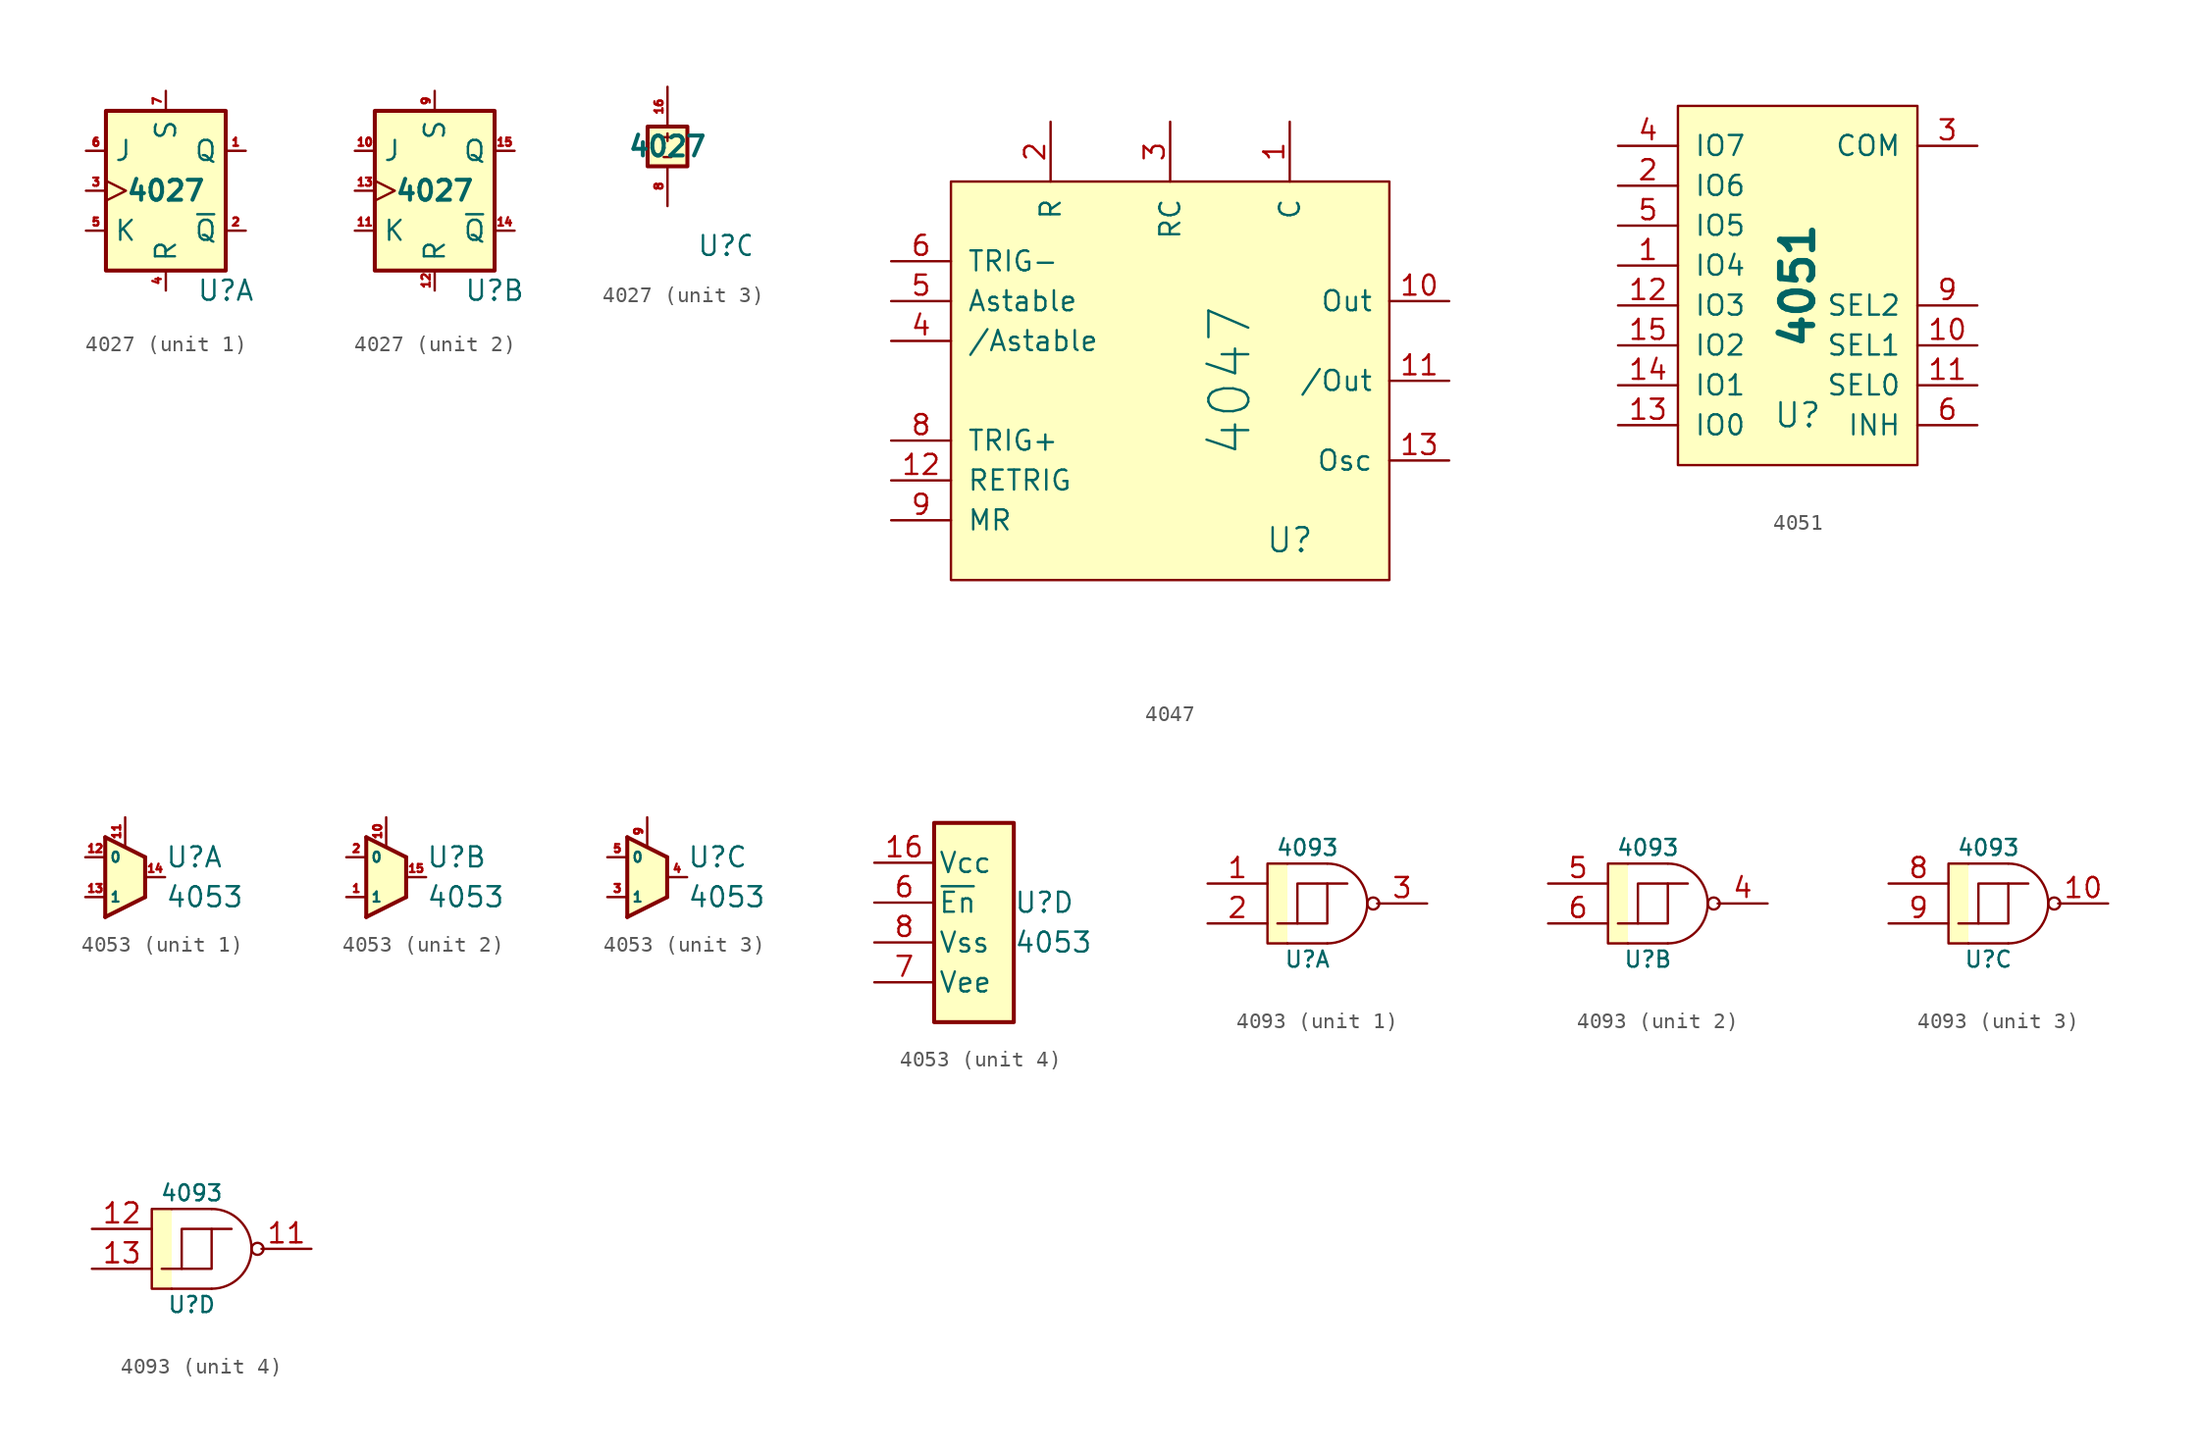
<source format=kicad_sym>
(kicad_symbol_lib
  (version 20231120)
  (generator "kicad_symbol_editor")
  (generator_version "8.0")
  (symbol "4027"
    (property "Reference" "U"
      (at 3.81 -6.35 0)
      (effects (font (size 1.27 1.27))))
    (property "Value" "4027"
      (at 0 0 0)
      (effects (font (size 1.27 1.27) (bold yes))))
    (property "ki_locked" ""
      (at 0 0 0)
      (effects (font (size 1.27 1.27))))
    (symbol "4027_1_0"
      (rectangle (start -3.81 5.08) (end 3.81 -5.08) (stroke (width 0.254) (type default)) (fill (type background))))
    (symbol "4027_1_1"
      (pin passive line (at 5.08 2.54 180) (length 1.27) (name "Q" (effects (font (size 1.27 1.27)))) (number "1" (effects (font (size 0.508 0.508)))))
      (pin passive line (at 5.08 -2.54 180) (length 1.27) (name "~{Q}" (effects (font (size 1.27 1.27)))) (number "2" (effects (font (size 0.508 0.508)))))
      (pin passive clock (at -5.08 0 0) (length 1.27) (name "~" (effects (font (size 1.27 1.27)))) (number "3" (effects (font (size 0.508 0.508)))))
      (pin passive line (at 0 -6.35 90) (length 1.27) (name "R" (effects (font (size 1.27 1.27)))) (number "4" (effects (font (size 0.508 0.508)))))
      (pin passive line (at -5.08 -2.54 0) (length 1.27) (name "K" (effects (font (size 1.27 1.27)))) (number "5" (effects (font (size 0.508 0.508)))))
      (pin passive line (at -5.08 2.54 0) (length 1.27) (name "J" (effects (font (size 1.27 1.27)))) (number "6" (effects (font (size 0.508 0.508)))))
      (pin passive line (at 0 6.35 270) (length 1.27) (name "S" (effects (font (size 1.27 1.27)))) (number "7" (effects (font (size 0.508 0.508))))))
    (symbol "4027_2_0"
      (rectangle (start -3.81 5.08) (end 3.81 -5.08) (stroke (width 0.254) (type default)) (fill (type background))))
    (symbol "4027_2_1"
      (pin passive line (at -5.08 2.54 0) (length 1.27) (name "J" (effects (font (size 1.27 1.27)))) (number "10" (effects (font (size 0.508 0.508)))))
      (pin passive line (at -5.08 -2.54 0) (length 1.27) (name "K" (effects (font (size 1.27 1.27)))) (number "11" (effects (font (size 0.508 0.508)))))
      (pin passive line (at 0 -6.35 90) (length 1.27) (name "R" (effects (font (size 1.27 1.27)))) (number "12" (effects (font (size 0.508 0.508)))))
      (pin passive clock (at -5.08 0 0) (length 1.27) (name "~" (effects (font (size 1.27 1.27)))) (number "13" (effects (font (size 0.508 0.508)))))
      (pin passive line (at 5.08 -2.54 180) (length 1.27) (name "~{Q}" (effects (font (size 1.27 1.27)))) (number "14" (effects (font (size 0.508 0.508)))))
      (pin passive line (at 5.08 2.54 180) (length 1.27) (name "Q" (effects (font (size 1.27 1.27)))) (number "15" (effects (font (size 0.508 0.508)))))
      (pin passive line (at 0 6.35 270) (length 1.27) (name "S" (effects (font (size 1.27 1.27)))) (number "9" (effects (font (size 0.508 0.508))))))
    (symbol "4027_3_0"
      (rectangle (start -1.27 1.27) (end 1.27 -1.27) (stroke (width 0.254) (type default)) (fill (type background)))
      (text "+" (at 0 0.635 0) (effects (font (size 0.635 0.635))))
      (text "-" (at 0 -0.635 0) (effects (font (size 0.635 0.635)))))
    (symbol "4027_3_1"
      (pin passive line (at 0 3.81 270) (length 2.54) (name "" (effects (font (size 1.27 1.27)))) (number "16" (effects (font (size 0.508 0.508)))))
      (pin passive line (at 0 -3.81 90) (length 2.54) (name "" (effects (font (size 1.27 1.27)))) (number "8" (effects (font (size 0.508 0.508)))))))
  (symbol "4047"
    (pin_names
      (offset 1.016))
    (property "Reference" "U"
      (at 7.62 -10.16 0)
      (effects (font (size 1.524 1.524))))
    (property "Value" "4047"
      (at 3.81 0 90)
      (effects (font (size 2.54 2.54))))
    (property "Footprint" ""
      (at 0 0 0)
      (effects (font (size 1.524 1.524))))
    (property "Datasheet" ""
      (at 0 0 0)
      (effects (font (size 1.524 1.524))))
    (symbol "4047_0_1"
      (rectangle (start -13.97 12.7) (end 13.97 -12.7) (stroke (width 0) (type default)) (fill (type background))))
    (symbol "4047_1_1"
      (pin passive line (at 7.62 16.51 270) (length 3.81) (name "C" (effects (font (size 1.27 1.27)))) (number "1" (effects (font (size 1.27 1.27)))))
      (pin passive line (at 17.78 5.08 180) (length 3.81) (name "Out" (effects (font (size 1.27 1.27)))) (number "10" (effects (font (size 1.27 1.27)))))
      (pin passive line (at 17.78 0 180) (length 3.81) (name "/Out" (effects (font (size 1.27 1.27)))) (number "11" (effects (font (size 1.27 1.27)))))
      (pin passive line (at -17.78 -6.35 0) (length 3.81) (name "RETRIG" (effects (font (size 1.27 1.27)))) (number "12" (effects (font (size 1.27 1.27)))))
      (pin passive line (at 17.78 -5.08 180) (length 3.81) (name "Osc" (effects (font (size 1.27 1.27)))) (number "13" (effects (font (size 1.27 1.27)))))
      (pin power_in line (at 11.43 16.51 270) (length 3.81) hide (name "Vcc" (effects (font (size 1.27 1.27)))) (number "14" (effects (font (size 1.27 1.27)))))
      (pin passive line (at -7.62 16.51 270) (length 3.81) (name "R" (effects (font (size 1.27 1.27)))) (number "2" (effects (font (size 1.27 1.27)))))
      (pin passive line (at 0 16.51 270) (length 3.81) (name "RC" (effects (font (size 1.27 1.27)))) (number "3" (effects (font (size 1.27 1.27)))))
      (pin passive line (at -17.78 2.54 0) (length 3.81) (name "/Astable" (effects (font (size 1.27 1.27)))) (number "4" (effects (font (size 1.27 1.27)))))
      (pin passive line (at -17.78 5.08 0) (length 3.81) (name "Astable" (effects (font (size 1.27 1.27)))) (number "5" (effects (font (size 1.27 1.27)))))
      (pin passive line (at -17.78 7.62 0) (length 3.81) (name "TRIG-" (effects (font (size 1.27 1.27)))) (number "6" (effects (font (size 1.27 1.27)))))
      (pin power_in line (at 0 -16.51 90) (length 3.81) hide (name "GND" (effects (font (size 1.27 1.27)))) (number "7" (effects (font (size 1.27 1.27)))))
      (pin passive line (at -17.78 -3.81 0) (length 3.81) (name "TRIG+" (effects (font (size 1.27 1.27)))) (number "8" (effects (font (size 1.27 1.27)))))
      (pin passive line (at -17.78 -8.89 0) (length 3.81) (name "MR" (effects (font (size 1.27 1.27)))) (number "9" (effects (font (size 1.27 1.27)))))))
  (symbol "4051"
    (pin_names
      (offset 1.016))
    (property "Reference" "U"
      (at 0 -8.255 0)
      (effects (font (size 1.524 1.524))))
    (property "Value" "4051"
      (at 0 0 90)
      (effects (font (size 2.032 2.032) (bold yes))))
    (property "Footprint" ""
      (at 0 0 0)
      (effects (font (size 1.524 1.524))))
    (property "Datasheet" ""
      (at 0 0 0)
      (effects (font (size 1.524 1.524))))
    (symbol "4051_0_1"
      (rectangle (start -7.62 11.43) (end 7.62 -11.43) (stroke (width 0) (type default)) (fill (type background))))
    (symbol "4051_1_1"
      (pin input line (at -11.43 1.27 0) (length 3.81) (name "IO4" (effects (font (size 1.27 1.27)))) (number "1" (effects (font (size 1.27 1.27)))))
      (pin input line (at 11.43 -3.81 180) (length 3.81) (name "SEL1" (effects (font (size 1.27 1.27)))) (number "10" (effects (font (size 1.27 1.27)))))
      (pin input line (at 11.43 -6.35 180) (length 3.81) (name "SEL0" (effects (font (size 1.27 1.27)))) (number "11" (effects (font (size 1.27 1.27)))))
      (pin input line (at -11.43 -1.27 0) (length 3.81) (name "IO3" (effects (font (size 1.27 1.27)))) (number "12" (effects (font (size 1.27 1.27)))))
      (pin input line (at -11.43 -8.89 0) (length 3.81) (name "IO0" (effects (font (size 1.27 1.27)))) (number "13" (effects (font (size 1.27 1.27)))))
      (pin input line (at -11.43 -6.35 0) (length 3.81) (name "IO1" (effects (font (size 1.27 1.27)))) (number "14" (effects (font (size 1.27 1.27)))))
      (pin input line (at -11.43 -3.81 0) (length 3.81) (name "IO2" (effects (font (size 1.27 1.27)))) (number "15" (effects (font (size 1.27 1.27)))))
      (pin power_in line (at 0 11.43 270) (length 0) hide (name "Vcc" (effects (font (size 1.524 1.524)))) (number "16" (effects (font (size 1.524 1.524)))))
      (pin input line (at -11.43 6.35 0) (length 3.81) (name "IO6" (effects (font (size 1.27 1.27)))) (number "2" (effects (font (size 1.27 1.27)))))
      (pin passive line (at 11.43 8.89 180) (length 3.81) (name "COM" (effects (font (size 1.27 1.27)))) (number "3" (effects (font (size 1.27 1.27)))))
      (pin input line (at -11.43 8.89 0) (length 3.81) (name "IO7" (effects (font (size 1.27 1.27)))) (number "4" (effects (font (size 1.27 1.27)))))
      (pin input line (at -11.43 3.81 0) (length 3.81) (name "IO5" (effects (font (size 1.27 1.27)))) (number "5" (effects (font (size 1.27 1.27)))))
      (pin input line (at 11.43 -8.89 180) (length 3.81) (name "INH" (effects (font (size 1.27 1.27)))) (number "6" (effects (font (size 1.27 1.27)))))
      (pin power_in line (at 1.27 -11.43 90) (length 0) hide (name "Vee" (effects (font (size 1.524 1.524)))) (number "7" (effects (font (size 1.524 1.524)))))
      (pin power_in line (at -1.27 -11.43 90) (length 0) hide (name "GND" (effects (font (size 1.524 1.524)))) (number "8" (effects (font (size 1.524 1.524)))))
      (pin input line (at 11.43 -1.27 180) (length 3.81) (name "SEL2" (effects (font (size 1.27 1.27)))) (number "9" (effects (font (size 1.27 1.27)))))))
  (symbol "4053"
    (pin_names
      (offset 0.254))
    (property "Reference" "U"
      (at 2.54 1.27 0)
      (effects (font (size 1.27 1.27)) (justify left)))
    (property "Value" "4053"
      (at 2.54 -1.27 0)
      (effects (font (size 1.27 1.27)) (justify left)))
    (property "ki_locked" ""
      (at 0 0 0)
      (effects (font (size 1.27 1.27))))
    (symbol "4053_1_0"
      (polyline (pts (xy -1.27 -2.54) (xy -1.27 2.54)) (stroke (width 0.254) (type default)) (fill (type background)))
      (polyline (pts (xy -1.27 -2.54) (xy 1.27 -1.27)) (stroke (width 0.254) (type default)) (fill (type none)))
      (polyline (pts (xy 1.27 1.27) (xy -1.27 2.54)) (stroke (width 0.254) (type default)) (fill (type background)))
      (polyline (pts (xy 1.27 1.27) (xy 1.27 -1.27)) (stroke (width 0.254) (type default)) (fill (type none)))
      (polyline (pts (xy 1.27 1.27) (xy -1.27 2.54) (xy -1.27 -2.54) (xy 1.27 -1.27)) (stroke (width -0.025) (type default)) (fill (type background))))
    (symbol "4053_1_1"
      (pin passive line (at 0 3.81 270) (length 1.778) (name "~" (effects (font (size 1.27 1.27)))) (number "11" (effects (font (size 0.508 0.508)))))
      (pin passive line (at -2.54 1.27 0) (length 1.27) (name "0" (effects (font (size 0.635 0.635)))) (number "12" (effects (font (size 0.508 0.508)))))
      (pin passive line (at -2.54 -1.27 0) (length 1.27) (name "1" (effects (font (size 0.635 0.635)))) (number "13" (effects (font (size 0.508 0.508)))))
      (pin passive line (at 2.54 0 180) (length 1.27) (name "~" (effects (font (size 1.27 1.27)))) (number "14" (effects (font (size 0.508 0.508))))))
    (symbol "4053_2_0"
      (polyline (pts (xy -1.27 -2.54) (xy -1.27 2.54)) (stroke (width 0.254) (type default)) (fill (type background)))
      (polyline (pts (xy -1.27 -2.54) (xy 1.27 -1.27)) (stroke (width 0.254) (type default)) (fill (type none)))
      (polyline (pts (xy 1.27 1.27) (xy -1.27 2.54)) (stroke (width 0.254) (type default)) (fill (type background)))
      (polyline (pts (xy 1.27 1.27) (xy 1.27 -1.27)) (stroke (width 0.254) (type default)) (fill (type none)))
      (polyline (pts (xy 1.27 1.27) (xy -1.27 2.54) (xy -1.27 -2.54) (xy 1.27 -1.27)) (stroke (width -0.025) (type default)) (fill (type background))))
    (symbol "4053_2_1"
      (pin passive line (at -2.54 -1.27 0) (length 1.27) (name "1" (effects (font (size 0.635 0.635)))) (number "1" (effects (font (size 0.508 0.508)))))
      (pin passive line (at 0 3.81 270) (length 1.778) (name "~" (effects (font (size 1.27 1.27)))) (number "10" (effects (font (size 0.508 0.508)))))
      (pin passive line (at 2.54 0 180) (length 1.27) (name "~" (effects (font (size 1.27 1.27)))) (number "15" (effects (font (size 0.508 0.508)))))
      (pin passive line (at -2.54 1.27 0) (length 1.27) (name "0" (effects (font (size 0.635 0.635)))) (number "2" (effects (font (size 0.508 0.508))))))
    (symbol "4053_3_0"
      (polyline (pts (xy -1.27 -2.54) (xy -1.27 2.54)) (stroke (width 0.254) (type default)) (fill (type background)))
      (polyline (pts (xy -1.27 -2.54) (xy 1.27 -1.27)) (stroke (width 0.254) (type default)) (fill (type none)))
      (polyline (pts (xy 1.27 1.27) (xy -1.27 2.54)) (stroke (width 0.254) (type default)) (fill (type background)))
      (polyline (pts (xy 1.27 1.27) (xy 1.27 -1.27)) (stroke (width 0.254) (type default)) (fill (type none)))
      (polyline (pts (xy 1.27 1.27) (xy -1.27 2.54) (xy -1.27 -2.54) (xy 1.27 -1.27)) (stroke (width -0.025) (type default)) (fill (type background))))
    (symbol "4053_3_1"
      (pin passive line (at -2.54 -1.27 0) (length 1.27) (name "1" (effects (font (size 0.635 0.635)))) (number "3" (effects (font (size 0.508 0.508)))))
      (pin passive line (at 2.54 0 180) (length 1.27) (name "~" (effects (font (size 1.27 1.27)))) (number "4" (effects (font (size 0.508 0.508)))))
      (pin passive line (at -2.54 1.27 0) (length 1.27) (name "0" (effects (font (size 0.635 0.635)))) (number "5" (effects (font (size 0.508 0.508)))))
      (pin passive line (at 0 3.81 270) (length 1.778) (name "~" (effects (font (size 1.27 1.27)))) (number "9" (effects (font (size 0.508 0.508))))))
    (symbol "4053_4_0"
      (rectangle (start -2.54 6.35) (end 2.54 -6.35) (stroke (width 0.254) (type default)) (fill (type background))))
    (symbol "4053_4_1"
      (pin passive line (at -6.35 3.81 0) (length 3.81) (name "Vcc" (effects (font (size 1.27 1.27)))) (number "16" (effects (font (size 1.27 1.27)))))
      (pin passive line (at -6.35 1.27 0) (length 3.81) (name "~{En}" (effects (font (size 1.27 1.27)))) (number "6" (effects (font (size 1.27 1.27)))))
      (pin passive line (at -6.35 -3.81 0) (length 3.81) (name "Vee" (effects (font (size 1.27 1.27)))) (number "7" (effects (font (size 1.27 1.27)))))
      (pin passive line (at -6.35 -1.27 0) (length 3.81) (name "Vss" (effects (font (size 1.27 1.27)))) (number "8" (effects (font (size 1.27 1.27)))))))
  (symbol "4093"
    (pin_names
      (offset 1.016))
    (property "Reference" "U"
      (at -1.27 -3.556 0)
      (effects (font (size 1.016 1.016))))
    (property "Value" "4093"
      (at -1.27 3.556 0)
      (effects (font (size 1.016 1.016))))
    (property "Footprint" ""
      (at 0 0 0)
      (effects (font (size 1.524 1.524))))
    (property "Datasheet" ""
      (at 0 0 0)
      (effects (font (size 1.524 1.524))))
    (symbol "4093_0_1"
      (rectangle (start -1.905 1.27) (end 0 -1.27) (stroke (width 0) (type default)) (fill (type none)))
      (arc (start 0 -2.54) (mid 2.529 0) (end 0 2.54) (stroke (width 0) (type default)) (fill (type none)))
      (polyline (pts (xy -2.54 -2.54) (xy 0 -2.54) (xy 0 -2.54)) (stroke (width 0) (type default)) (fill (type none)))
      (polyline (pts (xy -1.905 -1.27) (xy -3.175 -1.27) (xy -3.175 -1.27)) (stroke (width 0) (type default)) (fill (type none)))
      (polyline (pts (xy 0 1.27) (xy 1.27 1.27) (xy 1.27 1.27)) (stroke (width 0) (type default)) (fill (type none)))
      (polyline (pts (xy 0 2.54) (xy -2.54 2.54) (xy -2.54 2.54)) (stroke (width 0) (type default)) (fill (type none)))
      (polyline (pts (xy -2.54 2.54) (xy -3.81 2.54) (xy -3.81 -2.54) (xy -2.54 -2.54) (xy -2.54 -2.54)) (stroke (width 0) (type default)) (fill (type background)))
      (circle (center 2.921 0) (radius 0.381) (stroke (width 0) (type default)) (fill (type none))))
    (symbol "4093_1_1"
      (pin passive line (at -7.62 1.27 0) (length 3.81) (name "~" (effects (font (size 1.27 1.27)))) (number "1" (effects (font (size 1.27 1.27)))))
      (pin power_in line (at -1.27 5.08 270) (length 3.81) hide (name "Vcc" (effects (font (size 1.27 1.27)))) (number "14" (effects (font (size 1.27 1.27)))))
      (pin passive line (at -7.62 -1.27 0) (length 3.81) (name "~" (effects (font (size 1.27 1.27)))) (number "2" (effects (font (size 1.27 1.27)))))
      (pin passive line (at 6.35 0 180) (length 3.175) (name "~" (effects (font (size 1.27 1.27)))) (number "3" (effects (font (size 1.27 1.27)))))
      (pin power_in line (at -1.27 -5.08 90) (length 3.81) hide (name "GND" (effects (font (size 1.27 1.27)))) (number "7" (effects (font (size 1.27 1.27))))))
    (symbol "4093_2_1"
      (pin power_in line (at -1.27 5.08 270) (length 3.81) hide (name "Vcc" (effects (font (size 1.27 1.27)))) (number "14" (effects (font (size 1.27 1.27)))))
      (pin passive line (at 6.35 0 180) (length 3.175) (name "~" (effects (font (size 1.27 1.27)))) (number "4" (effects (font (size 1.27 1.27)))))
      (pin passive line (at -7.62 1.27 0) (length 3.81) (name "~" (effects (font (size 1.27 1.27)))) (number "5" (effects (font (size 1.27 1.27)))))
      (pin passive line (at -7.62 -1.27 0) (length 3.81) (name "~" (effects (font (size 1.27 1.27)))) (number "6" (effects (font (size 1.27 1.27)))))
      (pin power_in line (at -1.27 -5.08 90) (length 3.81) hide (name "GND" (effects (font (size 1.27 1.27)))) (number "7" (effects (font (size 1.27 1.27))))))
    (symbol "4093_3_1"
      (pin passive line (at 6.35 0 180) (length 3.175) (name "~" (effects (font (size 1.27 1.27)))) (number "10" (effects (font (size 1.27 1.27)))))
      (pin power_in line (at -1.27 5.08 270) (length 3.81) hide (name "Vcc" (effects (font (size 1.27 1.27)))) (number "14" (effects (font (size 1.27 1.27)))))
      (pin power_in line (at -1.27 -5.08 90) (length 3.81) hide (name "GND" (effects (font (size 1.27 1.27)))) (number "7" (effects (font (size 1.27 1.27)))))
      (pin passive line (at -7.62 1.27 0) (length 3.81) (name "~" (effects (font (size 1.27 1.27)))) (number "8" (effects (font (size 1.27 1.27)))))
      (pin passive line (at -7.62 -1.27 0) (length 3.81) (name "~" (effects (font (size 1.27 1.27)))) (number "9" (effects (font (size 1.27 1.27))))))
    (symbol "4093_4_1"
      (pin passive line (at 6.35 0 180) (length 3.175) (name "~" (effects (font (size 1.27 1.27)))) (number "11" (effects (font (size 1.27 1.27)))))
      (pin passive line (at -7.62 1.27 0) (length 3.81) (name "~" (effects (font (size 1.27 1.27)))) (number "12" (effects (font (size 1.27 1.27)))))
      (pin passive line (at -7.62 -1.27 0) (length 3.81) (name "~" (effects (font (size 1.27 1.27)))) (number "13" (effects (font (size 1.27 1.27)))))
      (pin power_in line (at -1.27 5.08 270) (length 3.81) hide (name "Vcc" (effects (font (size 1.27 1.27)))) (number "14" (effects (font (size 1.27 1.27)))))
      (pin power_in line (at -1.27 -5.08 90) (length 3.81) hide (name "GND" (effects (font (size 1.27 1.27)))) (number "7" (effects (font (size 1.27 1.27))))))))
</source>
